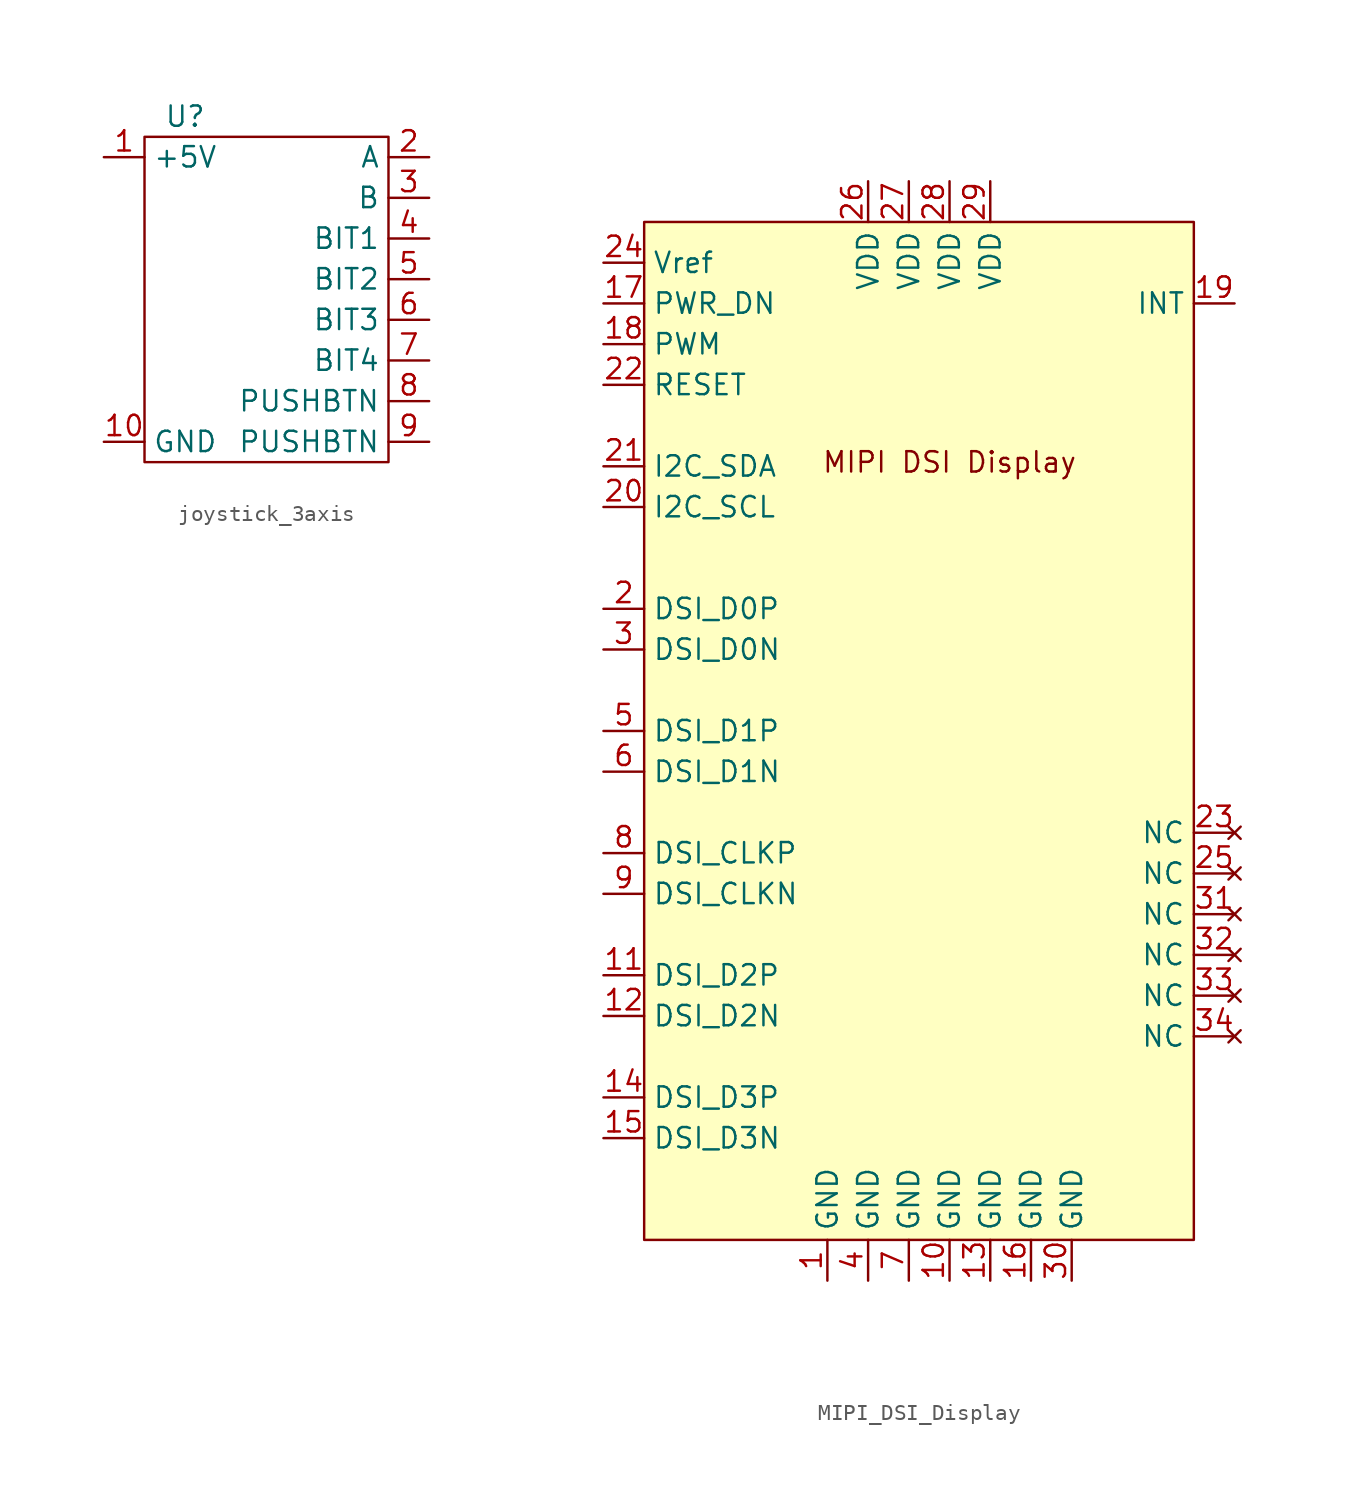
<source format=kicad_sym>
(kicad_symbol_lib
  (version 20241209)
  (generator "kicad_symbol_editor")
  (generator_version "9.0")
  (symbol "joystick_3axis"
    (property "Reference" "U"
      (at 0 0 0)
      (effects (font (size 1.27 1.27))))
    (property "Value" ""
      (at 0 0 0)
      (effects (font (size 1.27 1.27))))
    (symbol "joystick_3axis_0_1"
      (rectangle (start -2.54 -1.27) (end 12.7 -21.59) (stroke (width 0) (type default)) (fill (type none))))
    (symbol "joystick_3axis_1_1"
      (pin power_in line (at -5.08 -2.54 0) (length 2.54) (name "+5V" (effects (font (size 1.27 1.27)))) (number "1" (effects (font (size 1.27 1.27)))))
      (pin power_in line (at -5.08 -20.32 0) (length 2.54) (name "GND" (effects (font (size 1.27 1.27)))) (number "10" (effects (font (size 1.27 1.27)))))
      (pin output line (at 15.24 -2.54 180) (length 2.54) (name "A" (effects (font (size 1.27 1.27)))) (number "2" (effects (font (size 1.27 1.27)))))
      (pin output line (at 15.24 -5.08 180) (length 2.54) (name "B" (effects (font (size 1.27 1.27)))) (number "3" (effects (font (size 1.27 1.27)))))
      (pin output line (at 15.24 -7.62 180) (length 2.54) (name "BIT1" (effects (font (size 1.27 1.27)))) (number "4" (effects (font (size 1.27 1.27)))))
      (pin output line (at 15.24 -10.16 180) (length 2.54) (name "BIT2" (effects (font (size 1.27 1.27)))) (number "5" (effects (font (size 1.27 1.27)))))
      (pin output line (at 15.24 -12.7 180) (length 2.54) (name "BIT3" (effects (font (size 1.27 1.27)))) (number "6" (effects (font (size 1.27 1.27)))))
      (pin output line (at 15.24 -15.24 180) (length 2.54) (name "BIT4" (effects (font (size 1.27 1.27)))) (number "7" (effects (font (size 1.27 1.27)))))
      (pin output line (at 15.24 -17.78 180) (length 2.54) (name "PUSHBTN" (effects (font (size 1.27 1.27)))) (number "8" (effects (font (size 1.27 1.27)))))
      (pin output line (at 15.24 -20.32 180) (length 2.54) (name "PUSHBTN" (effects (font (size 1.27 1.27)))) (number "9" (effects (font (size 1.27 1.27)))))))
  (symbol "MIPI_DSI_Display"
    (property "Reference" "U"
      (at 0 0 0)
      (effects (font (size 1.27 1.27)) (hide yes)))
    (property "Value" ""
      (at 0 0 0)
      (effects (font (size 1.27 1.27))))
    (symbol "MIPI_DSI_Display_0_1"
      (rectangle (start 0 -1.27) (end 34.29 -64.77) (stroke (width 0) (type default)) (fill (type background))))
    (symbol "MIPI_DSI_Display_1_1"
      (text "MIPI DSI Display" (at 19.05 -16.256 0) (effects (font (size 1.27 1.27))))
      (pin power_in line (at -2.54 -3.81 0) (length 2.54) (name "Vref" (effects (font (size 1.27 1.27)))) (number "24" (effects (font (size 1.27 1.27)))))
      (pin input line (at -2.54 -6.35 0) (length 2.54) (name "PWR_DN" (effects (font (size 1.27 1.27)))) (number "17" (effects (font (size 1.27 1.27)))))
      (pin input line (at -2.54 -8.89 0) (length 2.54) (name "PWM" (effects (font (size 1.27 1.27)))) (number "18" (effects (font (size 1.27 1.27)))))
      (pin input line (at -2.54 -11.43 0) (length 2.54) (name "RESET" (effects (font (size 1.27 1.27)))) (number "22" (effects (font (size 1.27 1.27)))))
      (pin bidirectional line (at -2.54 -16.51 0) (length 2.54) (name "I2C_SDA" (effects (font (size 1.27 1.27)))) (number "21" (effects (font (size 1.27 1.27)))))
      (pin input line (at -2.54 -19.05 0) (length 2.54) (name "I2C_SCL" (effects (font (size 1.27 1.27)))) (number "20" (effects (font (size 1.27 1.27)))))
      (pin input line (at -2.54 -25.4 0) (length 2.54) (name "DSI_D0P" (effects (font (size 1.27 1.27)))) (number "2" (effects (font (size 1.27 1.27)))))
      (pin input line (at -2.54 -27.94 0) (length 2.54) (name "DSI_D0N" (effects (font (size 1.27 1.27)))) (number "3" (effects (font (size 1.27 1.27)))))
      (pin input line (at -2.54 -33.02 0) (length 2.54) (name "DSI_D1P" (effects (font (size 1.27 1.27)))) (number "5" (effects (font (size 1.27 1.27)))))
      (pin input line (at -2.54 -35.56 0) (length 2.54) (name "DSI_D1N" (effects (font (size 1.27 1.27)))) (number "6" (effects (font (size 1.27 1.27)))))
      (pin input line (at -2.54 -40.64 0) (length 2.54) (name "DSI_CLKP" (effects (font (size 1.27 1.27)))) (number "8" (effects (font (size 1.27 1.27)))))
      (pin input line (at -2.54 -43.18 0) (length 2.54) (name "DSI_CLKN" (effects (font (size 1.27 1.27)))) (number "9" (effects (font (size 1.27 1.27)))))
      (pin input line (at -2.54 -48.26 0) (length 2.54) (name "DSI_D2P" (effects (font (size 1.27 1.27)))) (number "11" (effects (font (size 1.27 1.27)))))
      (pin input line (at -2.54 -50.8 0) (length 2.54) (name "DSI_D2N" (effects (font (size 1.27 1.27)))) (number "12" (effects (font (size 1.27 1.27)))))
      (pin input line (at -2.54 -55.88 0) (length 2.54) (name "DSI_D3P" (effects (font (size 1.27 1.27)))) (number "14" (effects (font (size 1.27 1.27)))))
      (pin input line (at -2.54 -58.42 0) (length 2.54) (name "DSI_D3N" (effects (font (size 1.27 1.27)))) (number "15" (effects (font (size 1.27 1.27)))))
      (pin power_in line (at 11.43 -67.31 90) (length 2.54) (name "GND" (effects (font (size 1.27 1.27)))) (number "1" (effects (font (size 1.27 1.27)))))
      (pin power_in line (at 13.97 1.27 270) (length 2.54) (name "VDD" (effects (font (size 1.27 1.27)))) (number "26" (effects (font (size 1.27 1.27)))))
      (pin power_in line (at 13.97 -67.31 90) (length 2.54) (name "GND" (effects (font (size 1.27 1.27)))) (number "4" (effects (font (size 1.27 1.27)))))
      (pin power_in line (at 16.51 1.27 270) (length 2.54) (name "VDD" (effects (font (size 1.27 1.27)))) (number "27" (effects (font (size 1.27 1.27)))))
      (pin power_in line (at 16.51 -67.31 90) (length 2.54) (name "GND" (effects (font (size 1.27 1.27)))) (number "7" (effects (font (size 1.27 1.27)))))
      (pin power_in line (at 19.05 1.27 270) (length 2.54) (name "VDD" (effects (font (size 1.27 1.27)))) (number "28" (effects (font (size 1.27 1.27)))))
      (pin power_in line (at 19.05 -67.31 90) (length 2.54) (name "GND" (effects (font (size 1.27 1.27)))) (number "10" (effects (font (size 1.27 1.27)))))
      (pin power_in line (at 21.59 1.27 270) (length 2.54) (name "VDD" (effects (font (size 1.27 1.27)))) (number "29" (effects (font (size 1.27 1.27)))))
      (pin power_in line (at 21.59 -67.31 90) (length 2.54) (name "GND" (effects (font (size 1.27 1.27)))) (number "13" (effects (font (size 1.27 1.27)))))
      (pin power_in line (at 24.13 -67.31 90) (length 2.54) (name "GND" (effects (font (size 1.27 1.27)))) (number "16" (effects (font (size 1.27 1.27)))))
      (pin power_in line (at 26.67 -67.31 90) (length 2.54) (name "GND" (effects (font (size 1.27 1.27)))) (number "30" (effects (font (size 1.27 1.27)))))
      (pin output line (at 36.83 -6.35 180) (length 2.54) (name "INT" (effects (font (size 1.27 1.27)))) (number "19" (effects (font (size 1.27 1.27)))))
      (pin no_connect line (at 36.83 -39.37 180) (length 2.54) (name "NC" (effects (font (size 1.27 1.27)))) (number "23" (effects (font (size 1.27 1.27)))))
      (pin no_connect line (at 36.83 -41.91 180) (length 2.54) (name "NC" (effects (font (size 1.27 1.27)))) (number "25" (effects (font (size 1.27 1.27)))))
      (pin no_connect line (at 36.83 -44.45 180) (length 2.54) (name "NC" (effects (font (size 1.27 1.27)))) (number "31" (effects (font (size 1.27 1.27)))))
      (pin no_connect line (at 36.83 -46.99 180) (length 2.54) (name "NC" (effects (font (size 1.27 1.27)))) (number "32" (effects (font (size 1.27 1.27)))))
      (pin no_connect line (at 36.83 -49.53 180) (length 2.54) (name "NC" (effects (font (size 1.27 1.27)))) (number "33" (effects (font (size 1.27 1.27)))))
      (pin no_connect line (at 36.83 -52.07 180) (length 2.54) (name "NC" (effects (font (size 1.27 1.27)))) (number "34" (effects (font (size 1.27 1.27))))))))
</source>
